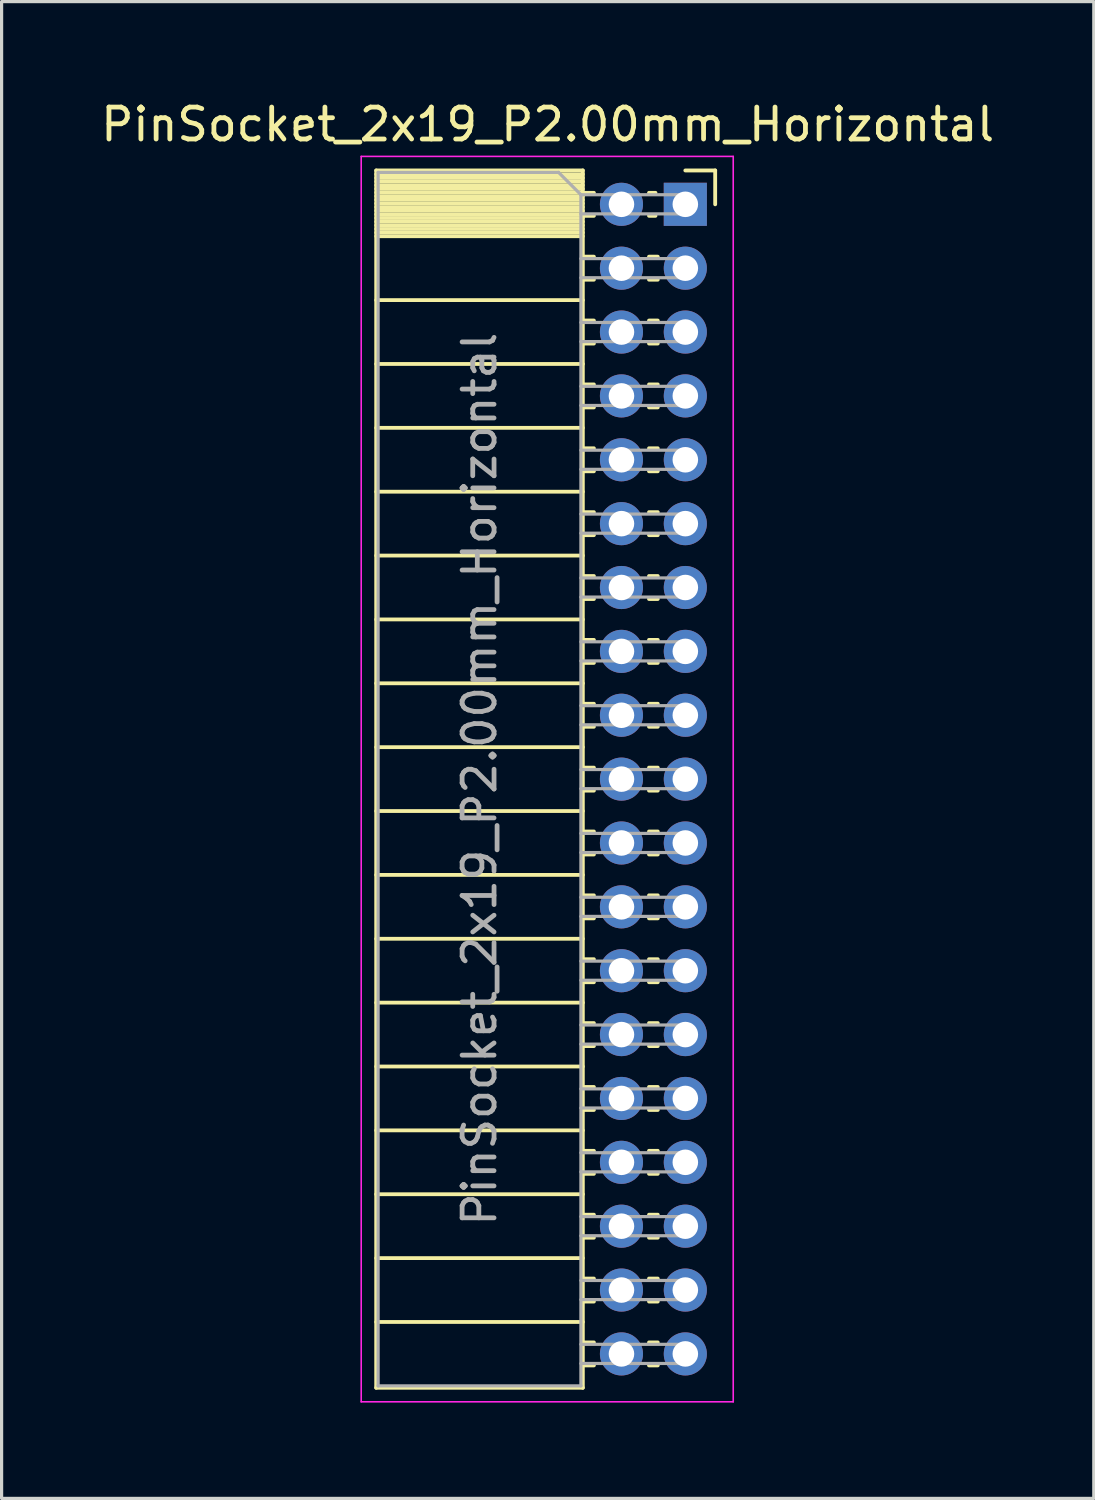
<source format=kicad_pcb>
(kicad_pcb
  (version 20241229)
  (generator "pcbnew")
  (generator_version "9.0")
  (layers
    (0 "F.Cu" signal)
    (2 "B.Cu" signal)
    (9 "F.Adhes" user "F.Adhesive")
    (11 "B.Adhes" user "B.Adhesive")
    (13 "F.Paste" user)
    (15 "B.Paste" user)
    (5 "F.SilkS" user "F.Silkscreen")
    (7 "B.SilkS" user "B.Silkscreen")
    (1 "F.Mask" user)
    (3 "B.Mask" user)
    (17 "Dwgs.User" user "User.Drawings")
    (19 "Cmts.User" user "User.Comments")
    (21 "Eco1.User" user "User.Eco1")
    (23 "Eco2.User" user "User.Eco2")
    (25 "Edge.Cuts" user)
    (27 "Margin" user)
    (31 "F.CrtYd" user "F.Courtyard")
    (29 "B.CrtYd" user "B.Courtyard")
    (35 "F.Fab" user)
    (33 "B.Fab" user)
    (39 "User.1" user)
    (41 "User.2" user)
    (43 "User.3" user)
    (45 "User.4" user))
  (footprint "PinSocket_2x19_P2.00mm_Horizontal"
    (layer "F.Cu")
    (at 18.411 3.348)
    (property "Reference" "PinSocket_2x19_P2.00mm_Horizontal" (at -4.31 -2.5 0) (layer "F.SilkS") (effects (font (size 1 1) (thickness 0.15))))
    (attr through_hole)
    (fp_line (start -9.68 -1.06) (end -9.68 37.06) (stroke (width 0.12) (type solid)) (layer "F.SilkS"))
    (fp_line (start -9.68 -1.06) (end -3.21 -1.06) (stroke (width 0.12) (type solid)) (layer "F.SilkS"))
    (fp_line (start -9.68 -0.94) (end -3.21 -0.94) (stroke (width 0.12) (type solid)) (layer "F.SilkS"))
    (fp_line (start -9.68 -0.826) (end -3.21 -0.826) (stroke (width 0.12) (type solid)) (layer "F.SilkS"))
    (fp_line (start -9.68 -0.712) (end -3.21 -0.712) (stroke (width 0.12) (type solid)) (layer "F.SilkS"))
    (fp_line (start -9.68 -0.598) (end -3.21 -0.598) (stroke (width 0.12) (type solid)) (layer "F.SilkS"))
    (fp_line (start -9.68 -0.484) (end -3.21 -0.484) (stroke (width 0.12) (type solid)) (layer "F.SilkS"))
    (fp_line (start -9.68 -0.369) (end -3.21 -0.369) (stroke (width 0.12) (type solid)) (layer "F.SilkS"))
    (fp_line (start -9.68 -0.255) (end -3.21 -0.255) (stroke (width 0.12) (type solid)) (layer "F.SilkS"))
    (fp_line (start -9.68 -0.141) (end -3.21 -0.141) (stroke (width 0.12) (type solid)) (layer "F.SilkS"))
    (fp_line (start -9.68 -0.027) (end -3.21 -0.027) (stroke (width 0.12) (type solid)) (layer "F.SilkS"))
    (fp_line (start -9.68 0.087) (end -3.21 0.087) (stroke (width 0.12) (type solid)) (layer "F.SilkS"))
    (fp_line (start -9.68 0.201) (end -3.21 0.201) (stroke (width 0.12) (type solid)) (layer "F.SilkS"))
    (fp_line (start -9.68 0.315) (end -3.21 0.315) (stroke (width 0.12) (type solid)) (layer "F.SilkS"))
    (fp_line (start -9.68 0.429) (end -3.21 0.429) (stroke (width 0.12) (type solid)) (layer "F.SilkS"))
    (fp_line (start -9.68 0.544) (end -3.21 0.544) (stroke (width 0.12) (type solid)) (layer "F.SilkS"))
    (fp_line (start -9.68 0.658) (end -3.21 0.658) (stroke (width 0.12) (type solid)) (layer "F.SilkS"))
    (fp_line (start -9.68 0.772) (end -3.21 0.772) (stroke (width 0.12) (type solid)) (layer "F.SilkS"))
    (fp_line (start -9.68 0.886) (end -3.21 0.886) (stroke (width 0.12) (type solid)) (layer "F.SilkS"))
    (fp_line (start -9.68 1) (end -3.21 1) (stroke (width 0.12) (type solid)) (layer "F.SilkS"))
    (fp_line (start -9.68 3) (end -3.21 3) (stroke (width 0.12) (type solid)) (layer "F.SilkS"))
    (fp_line (start -9.68 5) (end -3.21 5) (stroke (width 0.12) (type solid)) (layer "F.SilkS"))
    (fp_line (start -9.68 7) (end -3.21 7) (stroke (width 0.12) (type solid)) (layer "F.SilkS"))
    (fp_line (start -9.68 9) (end -3.21 9) (stroke (width 0.12) (type solid)) (layer "F.SilkS"))
    (fp_line (start -9.68 11) (end -3.21 11) (stroke (width 0.12) (type solid)) (layer "F.SilkS"))
    (fp_line (start -9.68 13) (end -3.21 13) (stroke (width 0.12) (type solid)) (layer "F.SilkS"))
    (fp_line (start -9.68 15) (end -3.21 15) (stroke (width 0.12) (type solid)) (layer "F.SilkS"))
    (fp_line (start -9.68 17) (end -3.21 17) (stroke (width 0.12) (type solid)) (layer "F.SilkS"))
    (fp_line (start -9.68 19) (end -3.21 19) (stroke (width 0.12) (type solid)) (layer "F.SilkS"))
    (fp_line (start -9.68 21) (end -3.21 21) (stroke (width 0.12) (type solid)) (layer "F.SilkS"))
    (fp_line (start -9.68 23) (end -3.21 23) (stroke (width 0.12) (type solid)) (layer "F.SilkS"))
    (fp_line (start -9.68 25) (end -3.21 25) (stroke (width 0.12) (type solid)) (layer "F.SilkS"))
    (fp_line (start -9.68 27) (end -3.21 27) (stroke (width 0.12) (type solid)) (layer "F.SilkS"))
    (fp_line (start -9.68 29) (end -3.21 29) (stroke (width 0.12) (type solid)) (layer "F.SilkS"))
    (fp_line (start -9.68 31) (end -3.21 31) (stroke (width 0.12) (type solid)) (layer "F.SilkS"))
    (fp_line (start -9.68 33) (end -3.21 33) (stroke (width 0.12) (type solid)) (layer "F.SilkS"))
    (fp_line (start -9.68 35) (end -3.21 35) (stroke (width 0.12) (type solid)) (layer "F.SilkS"))
    (fp_line (start -9.68 37.06) (end -3.21 37.06) (stroke (width 0.12) (type solid)) (layer "F.SilkS"))
    (fp_line (start -3.21 -1.06) (end -3.21 37.06) (stroke (width 0.12) (type solid)) (layer "F.SilkS"))
    (fp_line (start -3.21 -0.36) (end -2.863 -0.36) (stroke (width 0.12) (type solid)) (layer "F.SilkS"))
    (fp_line (start -3.21 0.36) (end -2.863 0.36) (stroke (width 0.12) (type solid)) (layer "F.SilkS"))
    (fp_line (start -3.21 1.64) (end -2.863 1.64) (stroke (width 0.12) (type solid)) (layer "F.SilkS"))
    (fp_line (start -3.21 2.36) (end -2.863 2.36) (stroke (width 0.12) (type solid)) (layer "F.SilkS"))
    (fp_line (start -3.21 3.64) (end -2.863 3.64) (stroke (width 0.12) (type solid)) (layer "F.SilkS"))
    (fp_line (start -3.21 4.36) (end -2.863 4.36) (stroke (width 0.12) (type solid)) (layer "F.SilkS"))
    (fp_line (start -3.21 5.64) (end -2.863 5.64) (stroke (width 0.12) (type solid)) (layer "F.SilkS"))
    (fp_line (start -3.21 6.36) (end -2.863 6.36) (stroke (width 0.12) (type solid)) (layer "F.SilkS"))
    (fp_line (start -3.21 7.64) (end -2.863 7.64) (stroke (width 0.12) (type solid)) (layer "F.SilkS"))
    (fp_line (start -3.21 8.36) (end -2.863 8.36) (stroke (width 0.12) (type solid)) (layer "F.SilkS"))
    (fp_line (start -3.21 9.64) (end -2.863 9.64) (stroke (width 0.12) (type solid)) (layer "F.SilkS"))
    (fp_line (start -3.21 10.36) (end -2.863 10.36) (stroke (width 0.12) (type solid)) (layer "F.SilkS"))
    (fp_line (start -3.21 11.64) (end -2.863 11.64) (stroke (width 0.12) (type solid)) (layer "F.SilkS"))
    (fp_line (start -3.21 12.36) (end -2.863 12.36) (stroke (width 0.12) (type solid)) (layer "F.SilkS"))
    (fp_line (start -3.21 13.64) (end -2.863 13.64) (stroke (width 0.12) (type solid)) (layer "F.SilkS"))
    (fp_line (start -3.21 14.36) (end -2.863 14.36) (stroke (width 0.12) (type solid)) (layer "F.SilkS"))
    (fp_line (start -3.21 15.64) (end -2.863 15.64) (stroke (width 0.12) (type solid)) (layer "F.SilkS"))
    (fp_line (start -3.21 16.36) (end -2.863 16.36) (stroke (width 0.12) (type solid)) (layer "F.SilkS"))
    (fp_line (start -3.21 17.64) (end -2.863 17.64) (stroke (width 0.12) (type solid)) (layer "F.SilkS"))
    (fp_line (start -3.21 18.36) (end -2.863 18.36) (stroke (width 0.12) (type solid)) (layer "F.SilkS"))
    (fp_line (start -3.21 19.64) (end -2.863 19.64) (stroke (width 0.12) (type solid)) (layer "F.SilkS"))
    (fp_line (start -3.21 20.36) (end -2.863 20.36) (stroke (width 0.12) (type solid)) (layer "F.SilkS"))
    (fp_line (start -3.21 21.64) (end -2.863 21.64) (stroke (width 0.12) (type solid)) (layer "F.SilkS"))
    (fp_line (start -3.21 22.36) (end -2.863 22.36) (stroke (width 0.12) (type solid)) (layer "F.SilkS"))
    (fp_line (start -3.21 23.64) (end -2.863 23.64) (stroke (width 0.12) (type solid)) (layer "F.SilkS"))
    (fp_line (start -3.21 24.36) (end -2.863 24.36) (stroke (width 0.12) (type solid)) (layer "F.SilkS"))
    (fp_line (start -3.21 25.64) (end -2.863 25.64) (stroke (width 0.12) (type solid)) (layer "F.SilkS"))
    (fp_line (start -3.21 26.36) (end -2.863 26.36) (stroke (width 0.12) (type solid)) (layer "F.SilkS"))
    (fp_line (start -3.21 27.64) (end -2.863 27.64) (stroke (width 0.12) (type solid)) (layer "F.SilkS"))
    (fp_line (start -3.21 28.36) (end -2.863 28.36) (stroke (width 0.12) (type solid)) (layer "F.SilkS"))
    (fp_line (start -3.21 29.64) (end -2.863 29.64) (stroke (width 0.12) (type solid)) (layer "F.SilkS"))
    (fp_line (start -3.21 30.36) (end -2.863 30.36) (stroke (width 0.12) (type solid)) (layer "F.SilkS"))
    (fp_line (start -3.21 31.64) (end -2.863 31.64) (stroke (width 0.12) (type solid)) (layer "F.SilkS"))
    (fp_line (start -3.21 32.36) (end -2.863 32.36) (stroke (width 0.12) (type solid)) (layer "F.SilkS"))
    (fp_line (start -3.21 33.64) (end -2.863 33.64) (stroke (width 0.12) (type solid)) (layer "F.SilkS"))
    (fp_line (start -3.21 34.36) (end -2.863 34.36) (stroke (width 0.12) (type solid)) (layer "F.SilkS"))
    (fp_line (start -3.21 35.64) (end -2.863 35.64) (stroke (width 0.12) (type solid)) (layer "F.SilkS"))
    (fp_line (start -3.21 36.36) (end -2.863 36.36) (stroke (width 0.12) (type solid)) (layer "F.SilkS"))
    (fp_line (start -1.137 -0.36) (end -0.935 -0.36) (stroke (width 0.12) (type solid)) (layer "F.SilkS"))
    (fp_line (start -1.137 0.36) (end -0.935 0.36) (stroke (width 0.12) (type solid)) (layer "F.SilkS"))
    (fp_line (start -1.137 1.64) (end -0.863 1.64) (stroke (width 0.12) (type solid)) (layer "F.SilkS"))
    (fp_line (start -1.137 2.36) (end -0.863 2.36) (stroke (width 0.12) (type solid)) (layer "F.SilkS"))
    (fp_line (start -1.137 3.64) (end -0.863 3.64) (stroke (width 0.12) (type solid)) (layer "F.SilkS"))
    (fp_line (start -1.137 4.36) (end -0.863 4.36) (stroke (width 0.12) (type solid)) (layer "F.SilkS"))
    (fp_line (start -1.137 5.64) (end -0.863 5.64) (stroke (width 0.12) (type solid)) (layer "F.SilkS"))
    (fp_line (start -1.137 6.36) (end -0.863 6.36) (stroke (width 0.12) (type solid)) (layer "F.SilkS"))
    (fp_line (start -1.137 7.64) (end -0.863 7.64) (stroke (width 0.12) (type solid)) (layer "F.SilkS"))
    (fp_line (start -1.137 8.36) (end -0.863 8.36) (stroke (width 0.12) (type solid)) (layer "F.SilkS"))
    (fp_line (start -1.137 9.64) (end -0.863 9.64) (stroke (width 0.12) (type solid)) (layer "F.SilkS"))
    (fp_line (start -1.137 10.36) (end -0.863 10.36) (stroke (width 0.12) (type solid)) (layer "F.SilkS"))
    (fp_line (start -1.137 11.64) (end -0.863 11.64) (stroke (width 0.12) (type solid)) (layer "F.SilkS"))
    (fp_line (start -1.137 12.36) (end -0.863 12.36) (stroke (width 0.12) (type solid)) (layer "F.SilkS"))
    (fp_line (start -1.137 13.64) (end -0.863 13.64) (stroke (width 0.12) (type solid)) (layer "F.SilkS"))
    (fp_line (start -1.137 14.36) (end -0.863 14.36) (stroke (width 0.12) (type solid)) (layer "F.SilkS"))
    (fp_line (start -1.137 15.64) (end -0.863 15.64) (stroke (width 0.12) (type solid)) (layer "F.SilkS"))
    (fp_line (start -1.137 16.36) (end -0.863 16.36) (stroke (width 0.12) (type solid)) (layer "F.SilkS"))
    (fp_line (start -1.137 17.64) (end -0.863 17.64) (stroke (width 0.12) (type solid)) (layer "F.SilkS"))
    (fp_line (start -1.137 18.36) (end -0.863 18.36) (stroke (width 0.12) (type solid)) (layer "F.SilkS"))
    (fp_line (start -1.137 19.64) (end -0.863 19.64) (stroke (width 0.12) (type solid)) (layer "F.SilkS"))
    (fp_line (start -1.137 20.36) (end -0.863 20.36) (stroke (width 0.12) (type solid)) (layer "F.SilkS"))
    (fp_line (start -1.137 21.64) (end -0.863 21.64) (stroke (width 0.12) (type solid)) (layer "F.SilkS"))
    (fp_line (start -1.137 22.36) (end -0.863 22.36) (stroke (width 0.12) (type solid)) (layer "F.SilkS"))
    (fp_line (start -1.137 23.64) (end -0.863 23.64) (stroke (width 0.12) (type solid)) (layer "F.SilkS"))
    (fp_line (start -1.137 24.36) (end -0.863 24.36) (stroke (width 0.12) (type solid)) (layer "F.SilkS"))
    (fp_line (start -1.137 25.64) (end -0.863 25.64) (stroke (width 0.12) (type solid)) (layer "F.SilkS"))
    (fp_line (start -1.137 26.36) (end -0.863 26.36) (stroke (width 0.12) (type solid)) (layer "F.SilkS"))
    (fp_line (start -1.137 27.64) (end -0.863 27.64) (stroke (width 0.12) (type solid)) (layer "F.SilkS"))
    (fp_line (start -1.137 28.36) (end -0.863 28.36) (stroke (width 0.12) (type solid)) (layer "F.SilkS"))
    (fp_line (start -1.137 29.64) (end -0.863 29.64) (stroke (width 0.12) (type solid)) (layer "F.SilkS"))
    (fp_line (start -1.137 30.36) (end -0.863 30.36) (stroke (width 0.12) (type solid)) (layer "F.SilkS"))
    (fp_line (start -1.137 31.64) (end -0.863 31.64) (stroke (width 0.12) (type solid)) (layer "F.SilkS"))
    (fp_line (start -1.137 32.36) (end -0.863 32.36) (stroke (width 0.12) (type solid)) (layer "F.SilkS"))
    (fp_line (start -1.137 33.64) (end -0.863 33.64) (stroke (width 0.12) (type solid)) (layer "F.SilkS"))
    (fp_line (start -1.137 34.36) (end -0.863 34.36) (stroke (width 0.12) (type solid)) (layer "F.SilkS"))
    (fp_line (start -1.137 35.64) (end -0.863 35.64) (stroke (width 0.12) (type solid)) (layer "F.SilkS"))
    (fp_line (start -1.137 36.36) (end -0.863 36.36) (stroke (width 0.12) (type solid)) (layer "F.SilkS"))
    (fp_line (start 0 -1.06) (end 0.935 -1.06) (stroke (width 0.12) (type solid)) (layer "F.SilkS"))
    (fp_line (start 0.935 -1.06) (end 0.935 0) (stroke (width 0.12) (type solid)) (layer "F.SilkS"))
    (fp_line (start -10.15 -1.5) (end -10.15 37.5) (stroke (width 0.05) (type solid)) (layer "F.CrtYd"))
    (fp_line (start -10.15 37.5) (end 1.5 37.5) (stroke (width 0.05) (type solid)) (layer "F.CrtYd"))
    (fp_line (start 1.5 -1.5) (end -10.15 -1.5) (stroke (width 0.05) (type solid)) (layer "F.CrtYd"))
    (fp_line (start 1.5 37.5) (end 1.5 -1.5) (stroke (width 0.05) (type solid)) (layer "F.CrtYd"))
    (fp_line (start -9.62 -1) (end -3.97 -1) (stroke (width 0.1) (type solid)) (layer "F.Fab"))
    (fp_line (start -9.62 37) (end -9.62 -1) (stroke (width 0.1) (type solid)) (layer "F.Fab"))
    (fp_line (start -3.97 -1) (end -3.27 -0.3) (stroke (width 0.1) (type solid)) (layer "F.Fab"))
    (fp_line (start -3.27 -0.3) (end -3.27 37) (stroke (width 0.1) (type solid)) (layer "F.Fab"))
    (fp_line (start -3.27 0.3) (end 0 0.3) (stroke (width 0.1) (type solid)) (layer "F.Fab"))
    (fp_line (start -3.27 2.3) (end 0 2.3) (stroke (width 0.1) (type solid)) (layer "F.Fab"))
    (fp_line (start -3.27 4.3) (end 0 4.3) (stroke (width 0.1) (type solid)) (layer "F.Fab"))
    (fp_line (start -3.27 6.3) (end 0 6.3) (stroke (width 0.1) (type solid)) (layer "F.Fab"))
    (fp_line (start -3.27 8.3) (end 0 8.3) (stroke (width 0.1) (type solid)) (layer "F.Fab"))
    (fp_line (start -3.27 10.3) (end 0 10.3) (stroke (width 0.1) (type solid)) (layer "F.Fab"))
    (fp_line (start -3.27 12.3) (end 0 12.3) (stroke (width 0.1) (type solid)) (layer "F.Fab"))
    (fp_line (start -3.27 14.3) (end 0 14.3) (stroke (width 0.1) (type solid)) (layer "F.Fab"))
    (fp_line (start -3.27 16.3) (end 0 16.3) (stroke (width 0.1) (type solid)) (layer "F.Fab"))
    (fp_line (start -3.27 18.3) (end 0 18.3) (stroke (width 0.1) (type solid)) (layer "F.Fab"))
    (fp_line (start -3.27 20.3) (end 0 20.3) (stroke (width 0.1) (type solid)) (layer "F.Fab"))
    (fp_line (start -3.27 22.3) (end 0 22.3) (stroke (width 0.1) (type solid)) (layer "F.Fab"))
    (fp_line (start -3.27 24.3) (end 0 24.3) (stroke (width 0.1) (type solid)) (layer "F.Fab"))
    (fp_line (start -3.27 26.3) (end 0 26.3) (stroke (width 0.1) (type solid)) (layer "F.Fab"))
    (fp_line (start -3.27 28.3) (end 0 28.3) (stroke (width 0.1) (type solid)) (layer "F.Fab"))
    (fp_line (start -3.27 30.3) (end 0 30.3) (stroke (width 0.1) (type solid)) (layer "F.Fab"))
    (fp_line (start -3.27 32.3) (end 0 32.3) (stroke (width 0.1) (type solid)) (layer "F.Fab"))
    (fp_line (start -3.27 34.3) (end 0 34.3) (stroke (width 0.1) (type solid)) (layer "F.Fab"))
    (fp_line (start -3.27 36.3) (end 0 36.3) (stroke (width 0.1) (type solid)) (layer "F.Fab"))
    (fp_line (start -3.27 37) (end -9.62 37) (stroke (width 0.1) (type solid)) (layer "F.Fab"))
    (fp_line (start 0 -0.3) (end -3.27 -0.3) (stroke (width 0.1) (type solid)) (layer "F.Fab"))
    (fp_line (start 0 0.3) (end 0 -0.3) (stroke (width 0.1) (type solid)) (layer "F.Fab"))
    (fp_line (start 0 1.7) (end -3.27 1.7) (stroke (width 0.1) (type solid)) (layer "F.Fab"))
    (fp_line (start 0 2.3) (end 0 1.7) (stroke (width 0.1) (type solid)) (layer "F.Fab"))
    (fp_line (start 0 3.7) (end -3.27 3.7) (stroke (width 0.1) (type solid)) (layer "F.Fab"))
    (fp_line (start 0 4.3) (end 0 3.7) (stroke (width 0.1) (type solid)) (layer "F.Fab"))
    (fp_line (start 0 5.7) (end -3.27 5.7) (stroke (width 0.1) (type solid)) (layer "F.Fab"))
    (fp_line (start 0 6.3) (end 0 5.7) (stroke (width 0.1) (type solid)) (layer "F.Fab"))
    (fp_line (start 0 7.7) (end -3.27 7.7) (stroke (width 0.1) (type solid)) (layer "F.Fab"))
    (fp_line (start 0 8.3) (end 0 7.7) (stroke (width 0.1) (type solid)) (layer "F.Fab"))
    (fp_line (start 0 9.7) (end -3.27 9.7) (stroke (width 0.1) (type solid)) (layer "F.Fab"))
    (fp_line (start 0 10.3) (end 0 9.7) (stroke (width 0.1) (type solid)) (layer "F.Fab"))
    (fp_line (start 0 11.7) (end -3.27 11.7) (stroke (width 0.1) (type solid)) (layer "F.Fab"))
    (fp_line (start 0 12.3) (end 0 11.7) (stroke (width 0.1) (type solid)) (layer "F.Fab"))
    (fp_line (start 0 13.7) (end -3.27 13.7) (stroke (width 0.1) (type solid)) (layer "F.Fab"))
    (fp_line (start 0 14.3) (end 0 13.7) (stroke (width 0.1) (type solid)) (layer "F.Fab"))
    (fp_line (start 0 15.7) (end -3.27 15.7) (stroke (width 0.1) (type solid)) (layer "F.Fab"))
    (fp_line (start 0 16.3) (end 0 15.7) (stroke (width 0.1) (type solid)) (layer "F.Fab"))
    (fp_line (start 0 17.7) (end -3.27 17.7) (stroke (width 0.1) (type solid)) (layer "F.Fab"))
    (fp_line (start 0 18.3) (end 0 17.7) (stroke (width 0.1) (type solid)) (layer "F.Fab"))
    (fp_line (start 0 19.7) (end -3.27 19.7) (stroke (width 0.1) (type solid)) (layer "F.Fab"))
    (fp_line (start 0 20.3) (end 0 19.7) (stroke (width 0.1) (type solid)) (layer "F.Fab"))
    (fp_line (start 0 21.7) (end -3.27 21.7) (stroke (width 0.1) (type solid)) (layer "F.Fab"))
    (fp_line (start 0 22.3) (end 0 21.7) (stroke (width 0.1) (type solid)) (layer "F.Fab"))
    (fp_line (start 0 23.7) (end -3.27 23.7) (stroke (width 0.1) (type solid)) (layer "F.Fab"))
    (fp_line (start 0 24.3) (end 0 23.7) (stroke (width 0.1) (type solid)) (layer "F.Fab"))
    (fp_line (start 0 25.7) (end -3.27 25.7) (stroke (width 0.1) (type solid)) (layer "F.Fab"))
    (fp_line (start 0 26.3) (end 0 25.7) (stroke (width 0.1) (type solid)) (layer "F.Fab"))
    (fp_line (start 0 27.7) (end -3.27 27.7) (stroke (width 0.1) (type solid)) (layer "F.Fab"))
    (fp_line (start 0 28.3) (end 0 27.7) (stroke (width 0.1) (type solid)) (layer "F.Fab"))
    (fp_line (start 0 29.7) (end -3.27 29.7) (stroke (width 0.1) (type solid)) (layer "F.Fab"))
    (fp_line (start 0 30.3) (end 0 29.7) (stroke (width 0.1) (type solid)) (layer "F.Fab"))
    (fp_line (start 0 31.7) (end -3.27 31.7) (stroke (width 0.1) (type solid)) (layer "F.Fab"))
    (fp_line (start 0 32.3) (end 0 31.7) (stroke (width 0.1) (type solid)) (layer "F.Fab"))
    (fp_line (start 0 33.7) (end -3.27 33.7) (stroke (width 0.1) (type solid)) (layer "F.Fab"))
    (fp_line (start 0 34.3) (end 0 33.7) (stroke (width 0.1) (type solid)) (layer "F.Fab"))
    (fp_line (start 0 35.7) (end -3.27 35.7) (stroke (width 0.1) (type solid)) (layer "F.Fab"))
    (fp_line (start 0 36.3) (end 0 35.7) (stroke (width 0.1) (type solid)) (layer "F.Fab"))
    (fp_text user "${REFERENCE}" (at -6.445 18 90) (layer "F.Fab") (effects (font (size 1 1) (thickness 0.15))))
    (pad "1" thru_hole rect (at 0 0) (size 1.35 1.35) (drill 0.8) (layers "*.Cu" "*.Mask"))
    (pad "2" thru_hole circle (at -2 0) (size 1.35 1.35) (drill 0.8) (layers "*.Cu" "*.Mask"))
    (pad "3" thru_hole circle (at 0 2) (size 1.35 1.35) (drill 0.8) (layers "*.Cu" "*.Mask"))
    (pad "4" thru_hole circle (at -2 2) (size 1.35 1.35) (drill 0.8) (layers "*.Cu" "*.Mask"))
    (pad "5" thru_hole circle (at 0 4) (size 1.35 1.35) (drill 0.8) (layers "*.Cu" "*.Mask"))
    (pad "6" thru_hole circle (at -2 4) (size 1.35 1.35) (drill 0.8) (layers "*.Cu" "*.Mask"))
    (pad "7" thru_hole circle (at 0 6) (size 1.35 1.35) (drill 0.8) (layers "*.Cu" "*.Mask"))
    (pad "8" thru_hole circle (at -2 6) (size 1.35 1.35) (drill 0.8) (layers "*.Cu" "*.Mask"))
    (pad "9" thru_hole circle (at 0 8) (size 1.35 1.35) (drill 0.8) (layers "*.Cu" "*.Mask"))
    (pad "10" thru_hole circle (at -2 8) (size 1.35 1.35) (drill 0.8) (layers "*.Cu" "*.Mask"))
    (pad "11" thru_hole circle (at 0 10) (size 1.35 1.35) (drill 0.8) (layers "*.Cu" "*.Mask"))
    (pad "12" thru_hole circle (at -2 10) (size 1.35 1.35) (drill 0.8) (layers "*.Cu" "*.Mask"))
    (pad "13" thru_hole circle (at 0 12) (size 1.35 1.35) (drill 0.8) (layers "*.Cu" "*.Mask"))
    (pad "14" thru_hole circle (at -2 12) (size 1.35 1.35) (drill 0.8) (layers "*.Cu" "*.Mask"))
    (pad "15" thru_hole circle (at 0 14) (size 1.35 1.35) (drill 0.8) (layers "*.Cu" "*.Mask"))
    (pad "16" thru_hole circle (at -2 14) (size 1.35 1.35) (drill 0.8) (layers "*.Cu" "*.Mask"))
    (pad "17" thru_hole circle (at 0 16) (size 1.35 1.35) (drill 0.8) (layers "*.Cu" "*.Mask"))
    (pad "18" thru_hole circle (at -2 16) (size 1.35 1.35) (drill 0.8) (layers "*.Cu" "*.Mask"))
    (pad "19" thru_hole circle (at 0 18) (size 1.35 1.35) (drill 0.8) (layers "*.Cu" "*.Mask"))
    (pad "20" thru_hole circle (at -2 18) (size 1.35 1.35) (drill 0.8) (layers "*.Cu" "*.Mask"))
    (pad "21" thru_hole circle (at 0 20) (size 1.35 1.35) (drill 0.8) (layers "*.Cu" "*.Mask"))
    (pad "22" thru_hole circle (at -2 20) (size 1.35 1.35) (drill 0.8) (layers "*.Cu" "*.Mask"))
    (pad "23" thru_hole circle (at 0 22) (size 1.35 1.35) (drill 0.8) (layers "*.Cu" "*.Mask"))
    (pad "24" thru_hole circle (at -2 22) (size 1.35 1.35) (drill 0.8) (layers "*.Cu" "*.Mask"))
    (pad "25" thru_hole circle (at 0 24) (size 1.35 1.35) (drill 0.8) (layers "*.Cu" "*.Mask"))
    (pad "26" thru_hole circle (at -2 24) (size 1.35 1.35) (drill 0.8) (layers "*.Cu" "*.Mask"))
    (pad "27" thru_hole circle (at 0 26) (size 1.35 1.35) (drill 0.8) (layers "*.Cu" "*.Mask"))
    (pad "28" thru_hole circle (at -2 26) (size 1.35 1.35) (drill 0.8) (layers "*.Cu" "*.Mask"))
    (pad "29" thru_hole circle (at 0 28) (size 1.35 1.35) (drill 0.8) (layers "*.Cu" "*.Mask"))
    (pad "30" thru_hole circle (at -2 28) (size 1.35 1.35) (drill 0.8) (layers "*.Cu" "*.Mask"))
    (pad "31" thru_hole circle (at 0 30) (size 1.35 1.35) (drill 0.8) (layers "*.Cu" "*.Mask"))
    (pad "32" thru_hole circle (at -2 30) (size 1.35 1.35) (drill 0.8) (layers "*.Cu" "*.Mask"))
    (pad "33" thru_hole circle (at 0 32) (size 1.35 1.35) (drill 0.8) (layers "*.Cu" "*.Mask"))
    (pad "34" thru_hole circle (at -2 32) (size 1.35 1.35) (drill 0.8) (layers "*.Cu" "*.Mask"))
    (pad "35" thru_hole circle (at 0 34) (size 1.35 1.35) (drill 0.8) (layers "*.Cu" "*.Mask"))
    (pad "36" thru_hole circle (at -2 34) (size 1.35 1.35) (drill 0.8) (layers "*.Cu" "*.Mask"))
    (pad "37" thru_hole circle (at 0 36) (size 1.35 1.35) (drill 0.8) (layers "*.Cu" "*.Mask"))
    (pad "38" thru_hole circle (at -2 36) (size 1.35 1.35) (drill 0.8) (layers "*.Cu" "*.Mask")))
  (gr_rect
    (start -3 -3)
    (end 31.202 43.873)
    (stroke (width 0.1) (type default))
    (fill no)
    (layer "Edge.Cuts")))
</source>
